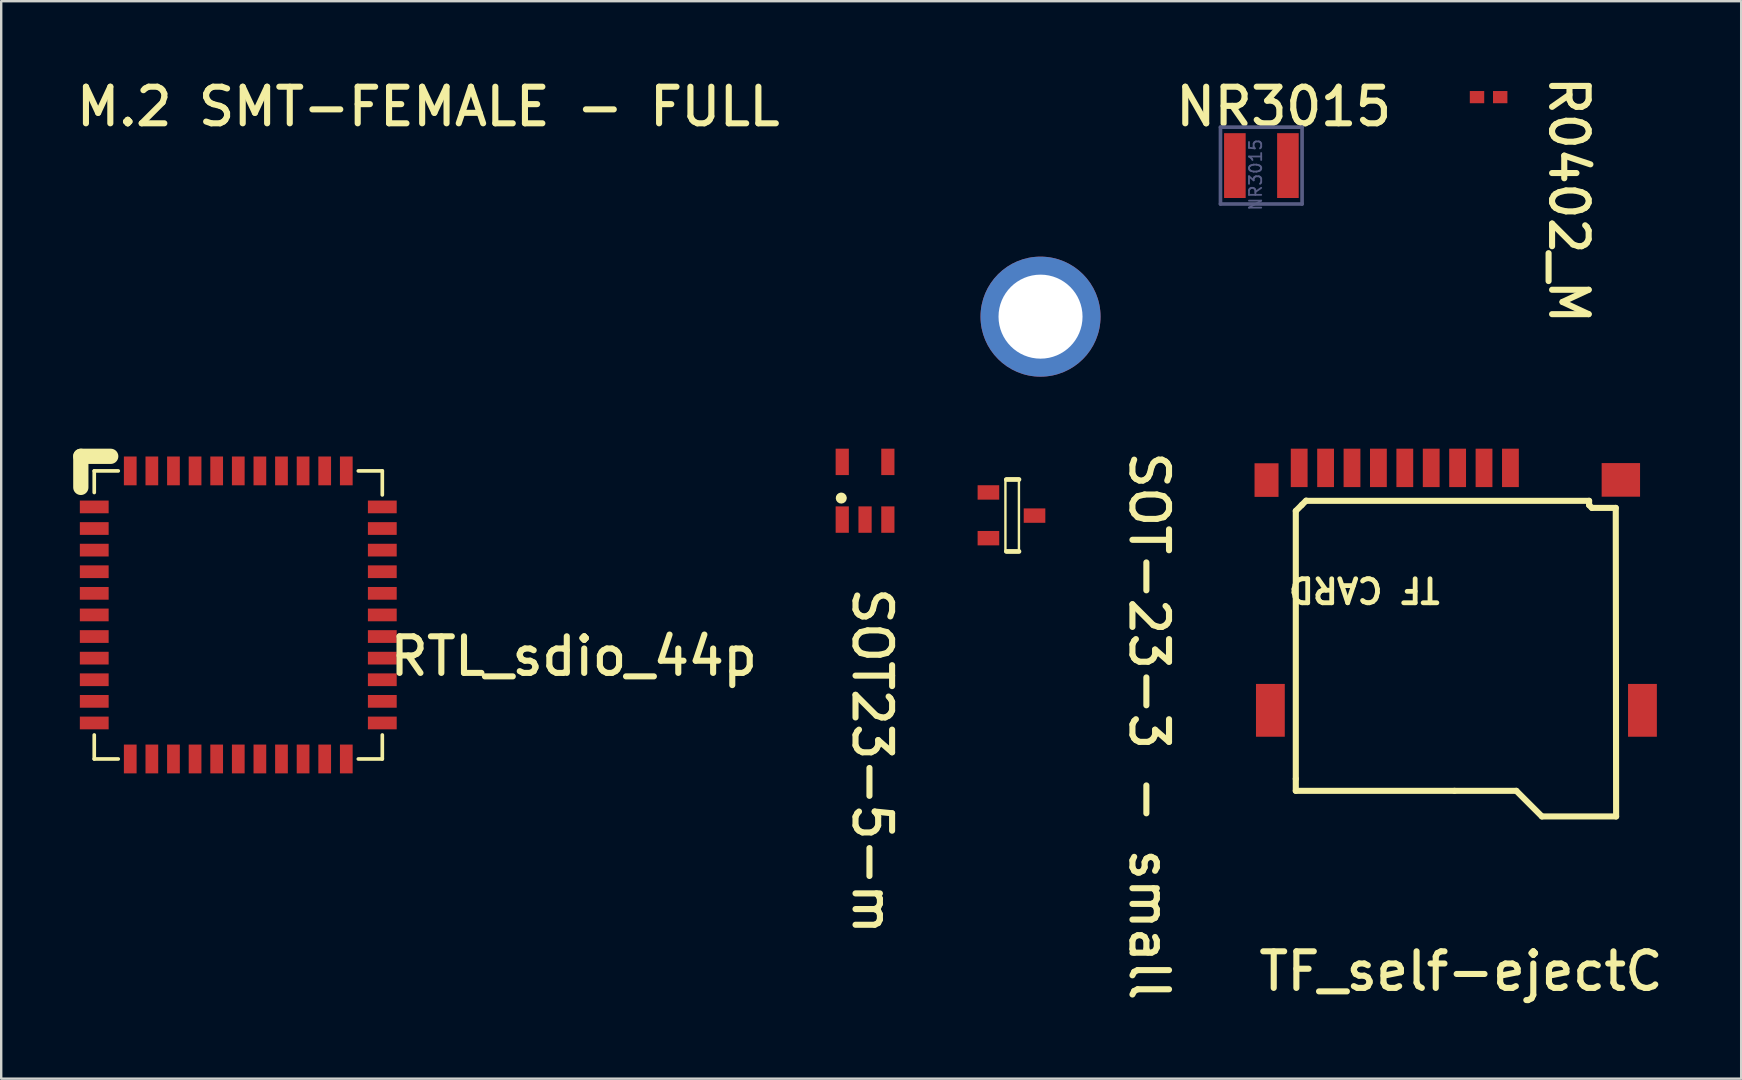
<source format=kicad_pcb>
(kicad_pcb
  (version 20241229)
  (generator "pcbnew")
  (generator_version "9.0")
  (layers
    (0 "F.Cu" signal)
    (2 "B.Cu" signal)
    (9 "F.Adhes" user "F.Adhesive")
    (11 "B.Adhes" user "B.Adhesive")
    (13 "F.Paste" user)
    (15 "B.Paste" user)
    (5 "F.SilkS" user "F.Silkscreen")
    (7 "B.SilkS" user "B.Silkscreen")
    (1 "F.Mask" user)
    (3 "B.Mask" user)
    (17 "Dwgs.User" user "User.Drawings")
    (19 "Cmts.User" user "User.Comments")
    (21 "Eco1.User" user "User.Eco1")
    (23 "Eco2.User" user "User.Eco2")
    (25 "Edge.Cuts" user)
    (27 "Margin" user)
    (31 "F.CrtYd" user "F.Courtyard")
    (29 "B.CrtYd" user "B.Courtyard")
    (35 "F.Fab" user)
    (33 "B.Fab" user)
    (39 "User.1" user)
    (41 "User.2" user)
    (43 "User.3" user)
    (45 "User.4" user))
  (footprint "SOT23-5-m"
    (layer "F.Cu")
    (at 32.986 17.393)
    (property "Reference" "SOT23-5-m" (at -0.597 3.907 270) (unlocked yes) (layer "F.SilkS") (effects (font (size 1.524 1.524) (thickness 0.254)) (justify left bottom)))
    (fp_arc (start -0.910615 0.3048) (mid -1.070541 0.307462) (end -0.910792 0.299479) (stroke (width 0.3) (type solid)) (layer "F.SilkS"))
    (pad "1" smd rect (at -0.95 1.202) (size 0.55 1.1) (layers "F.Cu" "F.Mask" "F.Paste"))
    (pad "2" smd rect (at 0.000006 1.202) (size 0.55 1.1) (layers "F.Cu" "F.Mask" "F.Paste"))
    (pad "3" smd rect (at 0.95 1.202) (size 0.55 1.1) (layers "F.Cu" "F.Mask" "F.Paste"))
    (pad "4" smd rect (at 0.95 -1.202) (size 0.55 1.1) (layers "F.Cu" "F.Mask" "F.Paste"))
    (pad "5" smd rect (at -0.95 -1.202) (size 0.55 1.1) (layers "F.Cu" "F.Mask" "F.Paste")))
  (footprint "SOT-23-3 - small"
    (layer "F.Cu")
    (at 39.088 18.429)
    (property "Reference" "SOT-23-3 - small" (at 4.837 -2.788 270) (unlocked yes) (layer "F.SilkS") (effects (font (size 1.524 1.524) (thickness 0.254)) (justify left bottom)))
    (fp_line (start -0.254 -1.506) (end -0.254 1.494) (stroke (width 0.1) (type solid)) (layer "F.SilkS"))
    (fp_line (start -0.254 -1.506) (end 0.308 -1.506) (stroke (width 0.1) (type solid)) (layer "F.SilkS"))
    (fp_line (start -0.254 1.494) (end 0.308 1.494) (stroke (width 0.1) (type solid)) (layer "F.SilkS"))
    (fp_line (start -0.211 -1.506) (end 0.308 -1.506) (stroke (width 0.2) (type solid)) (layer "F.SilkS"))
    (fp_line (start -0.211 1.494) (end 0.308 1.494) (stroke (width 0.2) (type solid)) (layer "F.SilkS"))
    (fp_line (start 0.308 -1.506) (end 0.308 1.494) (stroke (width 0.1) (type solid)) (layer "F.SilkS"))
    (pad "1" smd rect (at -0.963 -0.965 90) (size 0.6 0.9) (layers "F.Cu" "F.Mask" "F.Paste"))
    (pad "2" smd rect (at -0.963 0.94 90) (size 0.6 0.9) (layers "F.Cu" "F.Mask" "F.Paste"))
    (pad "3" smd rect (at 0.958 0 90) (size 0.6 0.9) (layers "F.Cu" "F.Mask" "F.Paste")))
  (footprint "RTL_sdio_44p"
    (layer "F.Cu")
    (at 0.876 18.067)
    (property "Reference" "RTL_sdio_44p" (at 12.188 7.114 0) (unlocked yes) (layer "F.SilkS") (effects (font (size 1.524 1.524) (thickness 0.254)) (justify left bottom)))
    (fp_line (start -0.559 -2.108) (end 0.686 -2.108) (stroke (width 0.635) (type solid)) (layer "F.SilkS"))
    (fp_line (start -0.559 -0.813) (end -0.559 -2.108) (stroke (width 0.635) (type solid)) (layer "F.SilkS"))
    (fp_line (start 0 -1.5) (end 1 -1.5) (stroke (width 0.152) (type solid)) (layer "F.SilkS"))
    (fp_line (start 0 -0.6) (end 0 -1.5) (stroke (width 0.152) (type solid)) (layer "F.SilkS"))
    (fp_line (start 0 10.5) (end 0 9.5) (stroke (width 0.152) (type solid)) (layer "F.SilkS"))
    (fp_line (start 0 10.5) (end 1 10.5) (stroke (width 0.152) (type solid)) (layer "F.SilkS"))
    (fp_line (start 11 -1.5) (end 12 -1.5) (stroke (width 0.152) (type solid)) (layer "F.SilkS"))
    (fp_line (start 11 10.5) (end 12 10.5) (stroke (width 0.152) (type solid)) (layer "F.SilkS"))
    (fp_line (start 12 -0.5) (end 12 -1.5) (stroke (width 0.152) (type solid)) (layer "F.SilkS"))
    (fp_line (start 12 10.5) (end 12 9.5) (stroke (width 0.152) (type solid)) (layer "F.SilkS"))
    (pad "1" smd rect (at 0 0 90) (size 0.53 1.2) (layers "F.Cu" "F.Mask" "F.Paste"))
    (pad "2" smd rect (at 0 0.9 90) (size 0.53 1.2) (layers "F.Cu" "F.Mask" "F.Paste"))
    (pad "3" smd rect (at 0 1.8 90) (size 0.53 1.2) (layers "F.Cu" "F.Mask" "F.Paste"))
    (pad "4" smd rect (at 0 2.7 90) (size 0.53 1.2) (layers "F.Cu" "F.Mask" "F.Paste"))
    (pad "5" smd rect (at 0 3.6 90) (size 0.53 1.2) (layers "F.Cu" "F.Mask" "F.Paste"))
    (pad "6" smd rect (at 0 4.5 90) (size 0.53 1.2) (layers "F.Cu" "F.Mask" "F.Paste"))
    (pad "7" smd rect (at 0 5.4 90) (size 0.53 1.2) (layers "F.Cu" "F.Mask" "F.Paste"))
    (pad "8" smd rect (at 0 6.3 90) (size 0.53 1.2) (layers "F.Cu" "F.Mask" "F.Paste"))
    (pad "9" smd rect (at 0 7.2 90) (size 0.53 1.2) (layers "F.Cu" "F.Mask" "F.Paste"))
    (pad "10" smd rect (at 0 8.1 90) (size 0.53 1.2) (layers "F.Cu" "F.Mask" "F.Paste"))
    (pad "11" smd rect (at 0 9 90) (size 0.53 1.2) (layers "F.Cu" "F.Mask" "F.Paste"))
    (pad "12" smd rect (at 1.5 10.5 180) (size 0.53 1.2) (layers "F.Cu" "F.Mask" "F.Paste"))
    (pad "13" smd rect (at 2.4 10.5 180) (size 0.53 1.2) (layers "F.Cu" "F.Mask" "F.Paste"))
    (pad "14" smd rect (at 3.3 10.5 180) (size 0.53 1.2) (layers "F.Cu" "F.Mask" "F.Paste"))
    (pad "15" smd rect (at 4.2 10.5 180) (size 0.53 1.2) (layers "F.Cu" "F.Mask" "F.Paste"))
    (pad "16" smd rect (at 5.1 10.5 180) (size 0.53 1.2) (layers "F.Cu" "F.Mask" "F.Paste"))
    (pad "17" smd rect (at 6 10.5 180) (size 0.53 1.2) (layers "F.Cu" "F.Mask" "F.Paste"))
    (pad "18" smd rect (at 6.9 10.5 180) (size 0.53 1.2) (layers "F.Cu" "F.Mask" "F.Paste"))
    (pad "19" smd rect (at 7.8 10.5 180) (size 0.53 1.2) (layers "F.Cu" "F.Mask" "F.Paste"))
    (pad "20" smd rect (at 8.7 10.5 180) (size 0.53 1.2) (layers "F.Cu" "F.Mask" "F.Paste"))
    (pad "21" smd rect (at 9.6 10.5 180) (size 0.53 1.2) (layers "F.Cu" "F.Mask" "F.Paste"))
    (pad "22" smd rect (at 10.5 10.5 180) (size 0.53 1.2) (layers "F.Cu" "F.Mask" "F.Paste"))
    (pad "23" smd rect (at 12 9 270) (size 0.53 1.2) (layers "F.Cu" "F.Mask" "F.Paste"))
    (pad "24" smd rect (at 12 8.1 270) (size 0.53 1.2) (layers "F.Cu" "F.Mask" "F.Paste"))
    (pad "25" smd rect (at 12 7.2 270) (size 0.53 1.2) (layers "F.Cu" "F.Mask" "F.Paste"))
    (pad "26" smd rect (at 12 6.3 270) (size 0.53 1.2) (layers "F.Cu" "F.Mask" "F.Paste"))
    (pad "27" smd rect (at 12 5.4 270) (size 0.53 1.2) (layers "F.Cu" "F.Mask" "F.Paste"))
    (pad "28" smd rect (at 12 4.5 270) (size 0.53 1.2) (layers "F.Cu" "F.Mask" "F.Paste"))
    (pad "29" smd rect (at 12 3.6 270) (size 0.53 1.2) (layers "F.Cu" "F.Mask" "F.Paste"))
    (pad "30" smd rect (at 12 2.7 270) (size 0.53 1.2) (layers "F.Cu" "F.Mask" "F.Paste"))
    (pad "31" smd rect (at 12 1.8 270) (size 0.53 1.2) (layers "F.Cu" "F.Mask" "F.Paste"))
    (pad "32" smd rect (at 12 0.9 270) (size 0.53 1.2) (layers "F.Cu" "F.Mask" "F.Paste"))
    (pad "33" smd rect (at 12 0 270) (size 0.53 1.2) (layers "F.Cu" "F.Mask" "F.Paste"))
    (pad "34" smd rect (at 10.5 -1.5) (size 0.53 1.2) (layers "F.Cu" "F.Mask" "F.Paste"))
    (pad "35" smd rect (at 9.6 -1.5) (size 0.53 1.2) (layers "F.Cu" "F.Mask" "F.Paste"))
    (pad "36" smd rect (at 8.7 -1.5) (size 0.53 1.2) (layers "F.Cu" "F.Mask" "F.Paste"))
    (pad "37" smd rect (at 7.8 -1.5) (size 0.53 1.2) (layers "F.Cu" "F.Mask" "F.Paste"))
    (pad "38" smd rect (at 6.9 -1.5) (size 0.53 1.2) (layers "F.Cu" "F.Mask" "F.Paste"))
    (pad "39" smd rect (at 6 -1.5) (size 0.53 1.2) (layers "F.Cu" "F.Mask" "F.Paste"))
    (pad "40" smd rect (at 5.1 -1.5) (size 0.53 1.2) (layers "F.Cu" "F.Mask" "F.Paste"))
    (pad "41" smd rect (at 4.2 -1.5) (size 0.53 1.2) (layers "F.Cu" "F.Mask" "F.Paste"))
    (pad "42" smd rect (at 3.3 -1.5) (size 0.53 1.2) (layers "F.Cu" "F.Mask" "F.Paste"))
    (pad "43" smd rect (at 2.4 -1.5) (size 0.53 1.2) (layers "F.Cu" "F.Mask" "F.Paste"))
    (pad "44" smd rect (at 1.5 -1.5) (size 0.53 1.2) (layers "F.Cu" "F.Mask" "F.Paste")))
  (footprint "TF_self-ejectC"
    (layer "F.Cu")
    (at 59.871 16.441)
    (property "Reference" "TF_self-ejectC" (at -10.608 21.862 0) (unlocked yes) (layer "F.SilkS") (effects (font (size 1.524 1.524) (thickness 0.254)) (justify left bottom)))
    (fp_line (start -8.941 1.794) (end -8.941 12.952) (stroke (width 0.254) (type solid)) (layer "F.SilkS"))
    (fp_line (start -8.941 1.794) (end -8.696 1.549) (stroke (width 0.254) (type solid)) (layer "F.SilkS"))
    (fp_line (start -8.941 12.952) (end -8.941 13.453) (stroke (width 0.254) (type solid)) (layer "F.SilkS"))
    (fp_line (start -8.941 13.453) (end -2.329 13.453) (stroke (width 0.254) (type solid)) (layer "F.SilkS"))
    (fp_line (start -8.696 1.549) (end -8.509 1.362) (stroke (width 0.254) (type solid)) (layer "F.SilkS"))
    (fp_line (start -8.509 1.372) (end 3.277 1.372) (stroke (width 0.254) (type solid)) (layer "F.SilkS"))
    (fp_line (start -2.329 13.453) (end 0.245 13.453) (stroke (width 0.254) (type solid)) (layer "F.SilkS"))
    (fp_line (start 0.245 13.453) (end 1.312 14.52) (stroke (width 0.254) (type solid)) (layer "F.SilkS"))
    (fp_line (start 1.312 14.52) (end 4.403 14.52) (stroke (width 0.254) (type solid)) (layer "F.SilkS"))
    (fp_line (start 3.277 1.372) (end 3.277 1.549) (stroke (width 0.254) (type solid)) (layer "F.SilkS"))
    (fp_line (start 3.277 1.549) (end 3.394 1.667) (stroke (width 0.254) (type solid)) (layer "F.SilkS"))
    (fp_line (start 3.394 1.667) (end 4.388 1.667) (stroke (width 0.254) (type solid)) (layer "F.SilkS"))
    (fp_line (start 4.388 1.667) (end 4.403 14.52) (stroke (width 0.254) (type solid)) (layer "F.SilkS"))
    (fp_text user "TF CARD" (at -6.088 5.071 180) (unlocked yes) (layer "F.SilkS") (effects (font (size 1 1) (thickness 0.2))))
    (pad "" np_thru_hole circle (at -7.2 10.5) (size 0.001 0.001) (drill 0.8) (layers "*.Cu" "*.Mask"))
    (pad "" np_thru_hole circle (at 0.8 10.5) (size 0.001 0.001) (drill 0.8) (layers "*.Cu" "*.Mask"))
    (pad "1" smd rect (at 0 0 180) (size 0.7 1.6) (layers "F.Cu" "F.Mask" "F.Paste"))
    (pad "2" smd rect (at -1.1 0 180) (size 0.7 1.6) (layers "F.Cu" "F.Mask" "F.Paste"))
    (pad "3" smd rect (at -2.2 0 180) (size 0.7 1.6) (layers "F.Cu" "F.Mask" "F.Paste"))
    (pad "4" smd rect (at -3.3 0 180) (size 0.7 1.6) (layers "F.Cu" "F.Mask" "F.Paste"))
    (pad "5" smd rect (at -4.4 0 180) (size 0.7 1.6) (layers "F.Cu" "F.Mask" "F.Paste"))
    (pad "6" smd rect (at -5.5 0 180) (size 0.7 1.6) (layers "F.Cu" "F.Mask" "F.Paste"))
    (pad "7" smd rect (at -6.6 0 180) (size 0.7 1.6) (layers "F.Cu" "F.Mask" "F.Paste"))
    (pad "8" smd rect (at -7.7 0 180) (size 0.7 1.6) (layers "F.Cu" "F.Mask" "F.Paste"))
    (pad "9" smd rect (at -8.8 0 180) (size 0.7 1.6) (layers "F.Cu" "F.Mask" "F.Paste"))
    (pad "10" smd rect (at -10.16 0.508 180) (size 1 1.4) (layers "F.Cu" "F.Mask" "F.Paste"))
    (pad "11" smd rect (at 4.6 0.5 180) (size 1.6 1.4) (layers "F.Cu" "F.Mask" "F.Paste"))
    (pad "12" smd rect (at 5.5 10.1 180) (size 1.2 2.2) (layers "F.Cu" "F.Mask" "F.Paste"))
    (pad "13" smd rect (at -10 10.1 180) (size 1.2 2.2) (layers "F.Cu" "F.Mask" "F.Paste")))
  (footprint "M.2 SMT-FEMALE - FULL"
    (layer "F.Cu")
    (at 40.296 10.141)
    (property "Reference" "M.2 SMT-FEMALE - FULL" (at -40.296 -7.855 0) (unlocked yes) (layer "F.SilkS") (effects (font (size 1.524 1.524) (thickness 0.254)) (justify left bottom)))
    (pad "1" thru_hole circle (at 0 0 90) (size 5 5) (drill 3.5) (layers "*.Cu" "*.Mask")))
  (footprint "NR3015"
    (layer "F.Cu")
    (at 48.392 3.848)
    (property "Reference" "NR3015" (at -2.596 -1.562 0) (unlocked yes) (layer "F.SilkS") (effects (font (size 1.524 1.524) (thickness 0.254)) (justify left bottom)))
    (property "Value" "2.2uH" (at -2.596 4.813 0) (unlocked yes) (layer "F.SilkS") (hide yes) (effects (font (size 1.524 1.524) (thickness 0.254)) (justify left bottom)))
    (fp_line (start -0.6 -1.6) (end 2.8 -1.6) (stroke (width 0.152) (type solid)) (layer "Eco1.User"))
    (fp_line (start -0.6 1.6) (end -0.6 -1.6) (stroke (width 0.152) (type solid)) (layer "Eco1.User"))
    (fp_line (start -0.6 1.6) (end 2.8 1.6) (stroke (width 0.152) (type solid)) (layer "Eco1.User"))
    (fp_line (start 2.8 1.6) (end 2.8 -1.6) (stroke (width 0.152) (type solid)) (layer "Eco1.User"))
    (fp_line (start -0.6 -1.6) (end 2.8 -1.6) (stroke (width 0.152) (type solid)) (layer "B.Fab"))
    (fp_line (start -0.6 1.6) (end -0.6 -1.6) (stroke (width 0.152) (type solid)) (layer "B.Fab"))
    (fp_line (start -0.6 1.6) (end 2.8 1.6) (stroke (width 0.152) (type solid)) (layer "B.Fab"))
    (fp_line (start 2.8 1.6) (end 2.8 -1.6) (stroke (width 0.152) (type solid)) (layer "B.Fab"))
    (fp_text user "${VALUE}" (at -0.254 0.254 0) (unlocked yes) (layer "Eco1.User") (effects (font (size 0.508 0.508) (thickness 0.076))))
    (fp_text user "${REFERENCE}" (at 0.865 0.384 90) (unlocked yes) (layer "B.Fab") (effects (font (size 0.508 0.508) (thickness 0.076))))
    (pad "1" smd rect (at 0 0 180) (size 0.9 2.7) (layers "F.Cu" "F.Mask" "F.Paste"))
    (pad "2" smd rect (at 2.21 0 180) (size 0.9 2.7) (layers "F.Cu" "F.Mask" "F.Paste")))
  (footprint "R0402_M"
    (layer "F.Cu")
    (at 58.962 0.996)
    (property "Reference" "R0402_M" (at 2.444 -0.996 270) (unlocked yes) (layer "F.SilkS") (effects (font (size 1.524 1.524) (thickness 0.254)) (justify left bottom)))
    (pad "1" smd rect (at -0.483 0) (size 0.6 0.508) (layers "F.Cu" "F.Mask" "F.Paste"))
    (pad "2" smd rect (at 0.483 0) (size 0.6 0.508) (layers "F.Cu" "F.Mask" "F.Paste")))
  (gr_rect
    (start -3 -3)
    (end 69.484 41.886)
    (stroke (width 0.1) (type default))
    (fill no)
    (layer "Edge.Cuts")))
</source>
